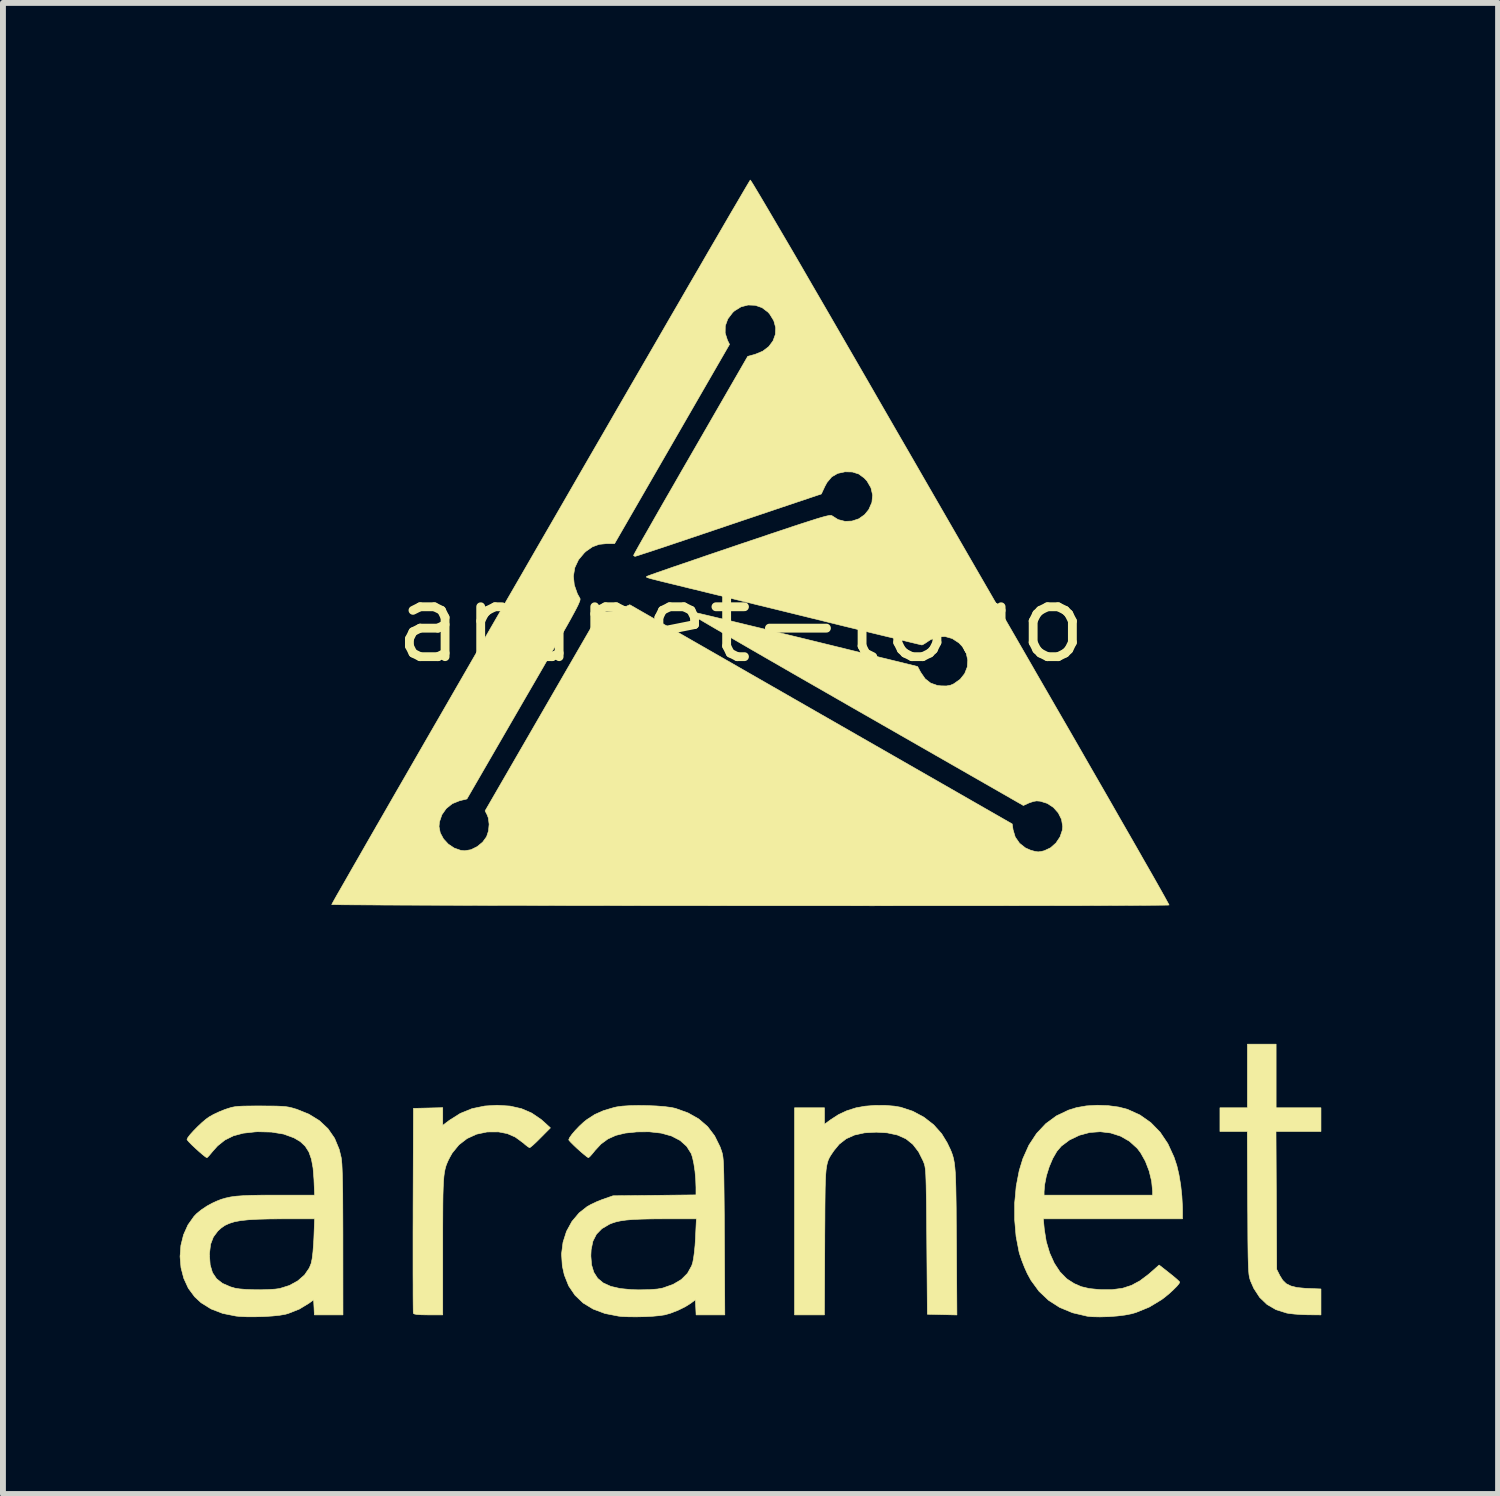
<source format=kicad_pcb>
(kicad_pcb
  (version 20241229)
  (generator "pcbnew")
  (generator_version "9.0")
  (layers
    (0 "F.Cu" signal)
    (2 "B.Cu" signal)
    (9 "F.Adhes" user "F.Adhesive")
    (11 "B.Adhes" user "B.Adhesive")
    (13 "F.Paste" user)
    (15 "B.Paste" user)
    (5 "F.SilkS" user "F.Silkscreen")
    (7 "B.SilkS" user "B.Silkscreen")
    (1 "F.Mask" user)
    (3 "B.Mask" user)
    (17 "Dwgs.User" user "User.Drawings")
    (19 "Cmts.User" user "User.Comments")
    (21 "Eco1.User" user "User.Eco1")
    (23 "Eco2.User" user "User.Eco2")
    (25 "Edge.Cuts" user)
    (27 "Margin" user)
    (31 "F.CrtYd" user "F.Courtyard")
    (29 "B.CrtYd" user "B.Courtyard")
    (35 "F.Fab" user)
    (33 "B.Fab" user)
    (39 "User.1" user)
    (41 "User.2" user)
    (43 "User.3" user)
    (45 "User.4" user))
  (footprint "aranet-logo"
    (layer "F.Cu")
    (at 9.521 7.512)
    (property "Reference" "aranet-logo" (at 0 0 0) (layer "F.SilkS") (effects (font (size 1.27 1.27) (thickness 0.15))))
    (attr through_hole)
    (fp_poly (pts (xy 9.081 8.234) (xy 9.842 8.234) (xy 9.842 8.636) (xy 9.079 8.636) (xy 9.085 9.805) (xy 9.091 10.975) (xy 9.144 11.081) (xy 9.193 11.16) (xy 9.253 11.219) (xy 9.332 11.258) (xy 9.436 11.284) (xy 9.573 11.297) (xy 9.614 11.299) (xy 9.842 11.308) (xy 9.842 11.748) (xy 9.615 11.746) (xy 9.504 11.742) (xy 9.393 11.734) (xy 9.298 11.723) (xy 9.258 11.716) (xy 9.078 11.659) (xy 8.927 11.571) (xy 8.802 11.451) (xy 8.702 11.297) (xy 8.651 11.181) (xy 8.641 11.154) (xy 8.633 11.127) (xy 8.626 11.096) (xy 8.62 11.057) (xy 8.616 11.008) (xy 8.612 10.944) (xy 8.609 10.861) (xy 8.606 10.757) (xy 8.604 10.628) (xy 8.602 10.469) (xy 8.601 10.279) (xy 8.6 10.052) (xy 8.598 9.848) (xy 8.592 8.636) (xy 8.128 8.636) (xy 8.128 8.234) (xy 8.594 8.234) (xy 8.594 7.154) (xy 9.081 7.154) (xy 9.081 8.234)) (stroke (width 0.01) (type solid)) (fill yes) (layer "F.Mask"))
    (fp_poly (pts (xy -3.917 8.205) (xy -3.723 8.249) (xy -3.549 8.324) (xy -3.39 8.432) (xy -3.336 8.48) (xy -3.232 8.575) (xy -3.399 8.743) (xy -3.467 8.811) (xy -3.525 8.865) (xy -3.567 8.9) (xy -3.584 8.911) (xy -3.609 8.898) (xy -3.654 8.864) (xy -3.697 8.827) (xy -3.828 8.731) (xy -3.963 8.672) (xy -4.113 8.643) (xy -4.307 8.644) (xy -4.486 8.682) (xy -4.647 8.756) (xy -4.785 8.863) (xy -4.899 9.003) (xy -4.941 9.078) (xy -4.966 9.127) (xy -4.986 9.173) (xy -5.004 9.219) (xy -5.018 9.27) (xy -5.03 9.328) (xy -5.039 9.398) (xy -5.046 9.484) (xy -5.051 9.589) (xy -5.055 9.717) (xy -5.057 9.871) (xy -5.058 10.056) (xy -5.059 10.275) (xy -5.059 10.532) (xy -5.059 10.588) (xy -5.059 11.748) (xy -5.303 11.748) (xy -5.419 11.746) (xy -5.498 11.741) (xy -5.542 11.732) (xy -5.557 11.721) (xy -5.559 11.696) (xy -5.56 11.632) (xy -5.561 11.532) (xy -5.562 11.4) (xy -5.562 11.238) (xy -5.563 11.049) (xy -5.563 10.838) (xy -5.563 10.606) (xy -5.563 10.358) (xy -5.562 10.097) (xy -5.562 9.97) (xy -5.556 8.244) (xy -5.308 8.238) (xy -5.059 8.232) (xy -5.059 8.532) (xy -4.947 8.447) (xy -4.762 8.33) (xy -4.563 8.249) (xy -4.346 8.204) (xy -4.138 8.191) (xy -3.917 8.205)) (stroke (width 0.01) (type solid)) (fill yes) (layer "F.Mask"))
    (fp_poly (pts (xy 2.603 8.206) (xy 2.709 8.224) (xy 2.915 8.292) (xy 3.104 8.393) (xy 3.269 8.521) (xy 3.406 8.674) (xy 3.5 8.828) (xy 3.529 8.889) (xy 3.555 8.943) (xy 3.576 8.994) (xy 3.594 9.046) (xy 3.609 9.103) (xy 3.621 9.168) (xy 3.63 9.244) (xy 3.638 9.337) (xy 3.643 9.449) (xy 3.647 9.583) (xy 3.65 9.745) (xy 3.653 9.936) (xy 3.654 10.162) (xy 3.656 10.426) (xy 3.657 10.494) (xy 3.665 11.749) (xy 3.415 11.743) (xy 3.164 11.737) (xy 3.154 10.499) (xy 3.152 10.239) (xy 3.15 10.018) (xy 3.148 9.832) (xy 3.145 9.678) (xy 3.143 9.552) (xy 3.14 9.451) (xy 3.137 9.372) (xy 3.133 9.31) (xy 3.128 9.262) (xy 3.122 9.225) (xy 3.115 9.196) (xy 3.106 9.17) (xy 3.096 9.145) (xy 3.095 9.141) (xy 3.015 8.981) (xy 2.918 8.855) (xy 2.799 8.76) (xy 2.655 8.696) (xy 2.483 8.659) (xy 2.297 8.648) (xy 2.097 8.659) (xy 1.928 8.696) (xy 1.787 8.759) (xy 1.668 8.852) (xy 1.58 8.959) (xy 1.549 9.004) (xy 1.523 9.043) (xy 1.501 9.08) (xy 1.483 9.119) (xy 1.468 9.164) (xy 1.456 9.218) (xy 1.446 9.285) (xy 1.439 9.368) (xy 1.434 9.471) (xy 1.43 9.596) (xy 1.428 9.749) (xy 1.426 9.932) (xy 1.425 10.149) (xy 1.423 10.404) (xy 1.423 10.504) (xy 1.417 11.748) (xy 0.91 11.748) (xy 0.91 8.234) (xy 1.418 8.234) (xy 1.418 8.513) (xy 1.519 8.439) (xy 1.656 8.35) (xy 1.795 8.285) (xy 1.955 8.234) (xy 1.963 8.233) (xy 2.105 8.207) (xy 2.27 8.194) (xy 2.442 8.193) (xy 2.603 8.206)) (stroke (width 0.01) (type solid)) (fill yes) (layer "F.Mask"))
    (fp_poly (pts (xy 6.234 8.198) (xy 6.413 8.222) (xy 6.561 8.261) (xy 6.772 8.357) (xy 6.955 8.486) (xy 7.113 8.648) (xy 7.244 8.843) (xy 7.348 9.07) (xy 7.397 9.217) (xy 7.432 9.367) (xy 7.462 9.545) (xy 7.482 9.733) (xy 7.492 9.916) (xy 7.493 9.972) (xy 7.493 10.118) (xy 5.131 10.118) (xy 5.148 10.298) (xy 5.181 10.504) (xy 5.239 10.698) (xy 5.317 10.871) (xy 5.413 11.017) (xy 5.523 11.13) (xy 5.544 11.146) (xy 5.657 11.218) (xy 5.775 11.269) (xy 5.908 11.301) (xy 6.069 11.317) (xy 6.104 11.319) (xy 6.302 11.319) (xy 6.472 11.297) (xy 6.625 11.248) (xy 6.769 11.171) (xy 6.915 11.061) (xy 6.95 11.031) (xy 7.096 10.902) (xy 7.267 11.036) (xy 7.339 11.094) (xy 7.398 11.144) (xy 7.436 11.18) (xy 7.445 11.192) (xy 7.434 11.217) (xy 7.397 11.262) (xy 7.34 11.319) (xy 7.271 11.383) (xy 7.196 11.445) (xy 7.138 11.489) (xy 6.927 11.616) (xy 6.701 11.708) (xy 6.628 11.729) (xy 6.518 11.75) (xy 6.383 11.767) (xy 6.236 11.778) (xy 6.091 11.782) (xy 5.962 11.779) (xy 5.874 11.77) (xy 5.628 11.712) (xy 5.41 11.622) (xy 5.221 11.501) (xy 5.058 11.347) (xy 4.922 11.161) (xy 4.86 11.048) (xy 4.812 10.941) (xy 4.767 10.826) (xy 4.731 10.72) (xy 4.72 10.682) (xy 4.669 10.416) (xy 4.645 10.134) (xy 4.645 9.848) (xy 4.658 9.716) (xy 5.144 9.716) (xy 6.985 9.716) (xy 6.985 9.647) (xy 6.969 9.48) (xy 6.927 9.307) (xy 6.863 9.141) (xy 6.781 8.995) (xy 6.725 8.922) (xy 6.593 8.802) (xy 6.441 8.715) (xy 6.273 8.661) (xy 6.097 8.64) (xy 5.918 8.653) (xy 5.743 8.7) (xy 5.576 8.78) (xy 5.437 8.884) (xy 5.361 8.973) (xy 5.291 9.094) (xy 5.231 9.236) (xy 5.183 9.389) (xy 5.153 9.542) (xy 5.144 9.657) (xy 5.144 9.716) (xy 4.658 9.716) (xy 4.671 9.566) (xy 4.722 9.301) (xy 4.784 9.098) (xy 4.887 8.868) (xy 5.017 8.67) (xy 5.173 8.504) (xy 5.354 8.371) (xy 5.558 8.274) (xy 5.695 8.231) (xy 5.861 8.202) (xy 6.046 8.191) (xy 6.234 8.198)) (stroke (width 0.01) (type solid)) (fill yes) (layer "F.Mask"))
    (fp_poly (pts (xy -1.587 8.197) (xy -1.436 8.203) (xy -1.296 8.214) (xy -1.18 8.229) (xy -1.111 8.244) (xy -0.897 8.321) (xy -0.716 8.423) (xy -0.566 8.552) (xy -0.446 8.71) (xy -0.353 8.898) (xy -0.326 8.975) (xy -0.318 9.001) (xy -0.311 9.032) (xy -0.305 9.071) (xy -0.3 9.12) (xy -0.296 9.183) (xy -0.293 9.264) (xy -0.29 9.366) (xy -0.288 9.492) (xy -0.286 9.646) (xy -0.284 9.831) (xy -0.282 10.05) (xy -0.281 10.306) (xy -0.28 10.419) (xy -0.273 11.748) (xy -0.76 11.748) (xy -0.766 11.62) (xy -0.773 11.492) (xy -0.847 11.548) (xy -0.945 11.61) (xy -1.067 11.67) (xy -1.196 11.72) (xy -1.291 11.747) (xy -1.378 11.76) (xy -1.494 11.771) (xy -1.629 11.778) (xy -1.77 11.781) (xy -1.904 11.78) (xy -2.02 11.775) (xy -2.076 11.769) (xy -2.307 11.724) (xy -2.507 11.649) (xy -2.677 11.546) (xy -2.815 11.414) (xy -2.922 11.256) (xy -2.996 11.07) (xy -3.03 10.917) (xy -3.041 10.746) (xy -2.546 10.746) (xy -2.534 10.899) (xy -2.496 11.025) (xy -2.431 11.127) (xy -2.336 11.206) (xy -2.208 11.264) (xy -2.048 11.301) (xy -1.851 11.32) (xy -1.735 11.323) (xy -1.555 11.32) (xy -1.415 11.309) (xy -1.327 11.293) (xy -1.151 11.231) (xy -1.011 11.148) (xy -0.906 11.043) (xy -0.835 10.915) (xy -0.818 10.863) (xy -0.804 10.793) (xy -0.79 10.691) (xy -0.778 10.57) (xy -0.77 10.44) (xy -0.77 10.43) (xy -0.755 10.118) (xy -1.293 10.118) (xy -1.507 10.119) (xy -1.684 10.123) (xy -1.829 10.129) (xy -1.948 10.139) (xy -2.045 10.153) (xy -2.125 10.171) (xy -2.194 10.194) (xy -2.232 10.21) (xy -2.359 10.285) (xy -2.451 10.379) (xy -2.511 10.497) (xy -2.541 10.641) (xy -2.546 10.746) (xy -3.041 10.746) (xy -3.043 10.713) (xy -3.018 10.516) (xy -2.959 10.331) (xy -2.867 10.163) (xy -2.745 10.018) (xy -2.607 9.909) (xy -2.538 9.871) (xy -2.446 9.828) (xy -2.351 9.79) (xy -2.339 9.786) (xy -2.17 9.727) (xy -1.466 9.72) (xy -0.762 9.712) (xy -0.762 9.582) (xy -0.767 9.447) (xy -0.779 9.31) (xy -0.798 9.183) (xy -0.821 9.077) (xy -0.842 9.012) (xy -0.92 8.888) (xy -1.032 8.788) (xy -1.176 8.713) (xy -1.351 8.664) (xy -1.556 8.641) (xy -1.767 8.643) (xy -1.961 8.663) (xy -2.122 8.702) (xy -2.257 8.763) (xy -2.373 8.848) (xy -2.478 8.961) (xy -2.482 8.967) (xy -2.529 9.024) (xy -2.566 9.065) (xy -2.586 9.08) (xy -2.586 9.081) (xy -2.611 9.067) (xy -2.656 9.031) (xy -2.715 8.981) (xy -2.779 8.924) (xy -2.839 8.867) (xy -2.888 8.818) (xy -2.917 8.785) (xy -2.921 8.776) (xy -2.906 8.74) (xy -2.866 8.684) (xy -2.809 8.617) (xy -2.741 8.546) (xy -2.669 8.479) (xy -2.614 8.435) (xy -2.48 8.348) (xy -2.331 8.282) (xy -2.155 8.23) (xy -2.106 8.219) (xy -2.011 8.206) (xy -1.886 8.198) (xy -1.741 8.195) (xy -1.587 8.197)) (stroke (width 0.01) (type solid)) (fill yes) (layer "F.Mask"))
    (fp_poly (pts (xy -8.149 8.203) (xy -8 8.204) (xy -7.885 8.205) (xy -7.797 8.209) (xy -7.728 8.214) (xy -7.67 8.223) (xy -7.615 8.236) (xy -7.555 8.254) (xy -7.542 8.257) (xy -7.331 8.342) (xy -7.152 8.452) (xy -7.006 8.589) (xy -6.894 8.751) (xy -6.816 8.939) (xy -6.782 9.079) (xy -6.776 9.126) (xy -6.77 9.19) (xy -6.766 9.275) (xy -6.762 9.383) (xy -6.759 9.517) (xy -6.756 9.681) (xy -6.755 9.877) (xy -6.754 10.108) (xy -6.753 10.377) (xy -6.753 10.493) (xy -6.752 11.748) (xy -7.237 11.748) (xy -7.243 11.62) (xy -7.25 11.492) (xy -7.324 11.547) (xy -7.493 11.65) (xy -7.681 11.724) (xy -7.731 11.738) (xy -7.824 11.754) (xy -7.947 11.767) (xy -8.089 11.776) (xy -8.238 11.78) (xy -8.381 11.78) (xy -8.506 11.774) (xy -8.566 11.768) (xy -8.792 11.723) (xy -8.99 11.647) (xy -9.16 11.541) (xy -9.268 11.441) (xy -9.376 11.295) (xy -9.453 11.127) (xy -9.5 10.946) (xy -9.516 10.758) (xy -9.514 10.737) (xy -9.017 10.737) (xy -9.005 10.9) (xy -8.966 11.031) (xy -8.897 11.134) (xy -8.797 11.213) (xy -8.661 11.272) (xy -8.583 11.295) (xy -8.506 11.307) (xy -8.398 11.316) (xy -8.272 11.321) (xy -8.14 11.322) (xy -8.013 11.318) (xy -7.904 11.311) (xy -7.827 11.301) (xy -7.661 11.249) (xy -7.519 11.171) (xy -7.404 11.071) (xy -7.323 10.952) (xy -7.292 10.876) (xy -7.275 10.796) (xy -7.261 10.68) (xy -7.25 10.535) (xy -7.245 10.44) (xy -7.233 10.118) (xy -7.77 10.118) (xy -8.001 10.12) (xy -8.195 10.125) (xy -8.355 10.134) (xy -8.487 10.148) (xy -8.594 10.168) (xy -8.682 10.196) (xy -8.756 10.23) (xy -8.819 10.274) (xy -8.875 10.325) (xy -8.951 10.427) (xy -8.998 10.55) (xy -9.016 10.699) (xy -9.017 10.737) (xy -9.514 10.737) (xy -9.502 10.57) (xy -9.457 10.389) (xy -9.382 10.222) (xy -9.278 10.075) (xy -9.229 10.025) (xy -9.153 9.964) (xy -9.059 9.901) (xy -8.968 9.852) (xy -8.89 9.816) (xy -8.816 9.787) (xy -8.74 9.765) (xy -8.657 9.747) (xy -8.562 9.734) (xy -8.449 9.726) (xy -8.311 9.72) (xy -8.144 9.717) (xy -7.943 9.716) (xy -7.876 9.716) (xy -7.233 9.716) (xy -7.244 9.446) (xy -7.259 9.257) (xy -7.287 9.105) (xy -7.33 8.983) (xy -7.393 8.885) (xy -7.476 8.807) (xy -7.583 8.744) (xy -7.583 8.744) (xy -7.758 8.68) (xy -7.964 8.646) (xy -8.201 8.64) (xy -8.246 8.643) (xy -8.445 8.665) (xy -8.612 8.71) (xy -8.755 8.781) (xy -8.879 8.88) (xy -8.964 8.975) (xy -9.009 9.029) (xy -9.044 9.068) (xy -9.06 9.081) (xy -9.085 9.067) (xy -9.131 9.031) (xy -9.19 8.98) (xy -9.254 8.922) (xy -9.315 8.865) (xy -9.364 8.815) (xy -9.393 8.781) (xy -9.398 8.772) (xy -9.383 8.739) (xy -9.343 8.687) (xy -9.285 8.623) (xy -9.216 8.553) (xy -9.144 8.485) (xy -9.075 8.427) (xy -9.024 8.39) (xy -8.948 8.347) (xy -8.852 8.302) (xy -8.755 8.263) (xy -8.749 8.261) (xy -8.691 8.242) (xy -8.641 8.227) (xy -8.59 8.217) (xy -8.531 8.21) (xy -8.456 8.206) (xy -8.359 8.204) (xy -8.23 8.203) (xy -8.149 8.203)) (stroke (width 0.01) (type solid)) (fill yes) (layer "F.Mask"))
    (fp_poly (pts (xy 0.172 -7.49) (xy 0.205 -7.438) (xy 0.256 -7.353) (xy 0.325 -7.238) (xy 0.411 -7.093) (xy 0.511 -6.923) (xy 0.626 -6.727) (xy 0.754 -6.509) (xy 0.894 -6.27) (xy 1.044 -6.012) (xy 1.203 -5.737) (xy 1.371 -5.448) (xy 1.546 -5.146) (xy 1.727 -4.833) (xy 1.777 -4.746) (xy 1.972 -4.409) (xy 2.186 -4.039) (xy 2.415 -3.641) (xy 2.658 -3.22) (xy 2.912 -2.781) (xy 3.174 -2.326) (xy 3.442 -1.862) (xy 3.713 -1.392) (xy 3.985 -0.921) (xy 4.255 -0.454) (xy 4.52 0.006) (xy 4.779 0.454) (xy 5.027 0.885) (xy 5.264 1.295) (xy 5.325 1.401) (xy 5.527 1.75) (xy 5.723 2.09) (xy 5.911 2.418) (xy 6.092 2.732) (xy 6.264 3.031) (xy 6.425 3.313) (xy 6.576 3.576) (xy 6.715 3.818) (xy 6.84 4.038) (xy 6.952 4.233) (xy 7.048 4.402) (xy 7.128 4.544) (xy 7.19 4.655) (xy 7.234 4.735) (xy 7.259 4.781) (xy 7.265 4.793) (xy 7.243 4.795) (xy 7.18 4.796) (xy 7.079 4.797) (xy 6.941 4.798) (xy 6.769 4.799) (xy 6.563 4.8) (xy 6.327 4.801) (xy 6.062 4.802) (xy 5.769 4.803) (xy 5.452 4.803) (xy 5.11 4.804) (xy 4.748 4.804) (xy 4.365 4.805) (xy 3.965 4.805) (xy 3.549 4.805) (xy 3.12 4.805) (xy 2.678 4.805) (xy 2.225 4.806) (xy 1.765 4.805) (xy 1.298 4.805) (xy 0.827 4.805) (xy 0.353 4.805) (xy -0.122 4.805) (xy -0.596 4.804) (xy -1.067 4.804) (xy -1.532 4.804) (xy -1.991 4.803) (xy -2.442 4.802) (xy -2.881 4.802) (xy -3.309 4.801) (xy -3.722 4.8) (xy -4.119 4.8) (xy -4.497 4.799) (xy -4.856 4.798) (xy -5.193 4.797) (xy -5.506 4.796) (xy -5.793 4.795) (xy -6.053 4.794) (xy -6.283 4.792) (xy -6.482 4.791) (xy -6.648 4.79) (xy -6.779 4.789) (xy -6.873 4.787) (xy -6.928 4.786) (xy -6.943 4.785) (xy -6.932 4.765) (xy -6.902 4.71) (xy -6.852 4.621) (xy -6.783 4.501) (xy -6.697 4.351) (xy -6.595 4.172) (xy -6.477 3.967) (xy -6.345 3.736) (xy -6.199 3.482) (xy -6.188 3.463) (xy -5.122 3.463) (xy -5.101 3.57) (xy -5.046 3.672) (xy -4.965 3.76) (xy -4.865 3.827) (xy -4.754 3.866) (xy -4.686 3.873) (xy -4.58 3.855) (xy -4.475 3.803) (xy -4.382 3.727) (xy -4.315 3.635) (xy -4.315 3.635) (xy -4.282 3.535) (xy -4.272 3.423) (xy -4.285 3.317) (xy -4.306 3.262) (xy -4.34 3.196) (xy -3.364 1.508) (xy -2.388 -0.18) (xy -2.268 -0.182) (xy -2.14 -0.199) (xy -2.017 -0.243) (xy -1.885 -0.301) (xy 1.359 1.559) (xy 4.603 3.418) (xy 4.618 3.518) (xy 4.655 3.641) (xy 4.728 3.746) (xy 4.828 3.825) (xy 4.914 3.863) (xy 4.989 3.884) (xy 5.044 3.892) (xy 5.097 3.885) (xy 5.149 3.872) (xy 5.255 3.822) (xy 5.346 3.741) (xy 5.415 3.638) (xy 5.454 3.523) (xy 5.46 3.461) (xy 5.44 3.34) (xy 5.385 3.23) (xy 5.302 3.137) (xy 5.198 3.069) (xy 5.079 3.032) (xy 5.016 3.027) (xy 4.964 3.036) (xy 4.897 3.058) (xy 4.878 3.066) (xy 4.793 3.105) (xy 1.908 1.453) (xy 1.586 1.268) (xy 1.274 1.089) (xy 0.974 0.917) (xy 0.689 0.753) (xy 0.42 0.598) (xy 0.169 0.453) (xy -0.062 0.319) (xy -0.271 0.198) (xy -0.455 0.091) (xy -0.614 -0.002) (xy -0.745 -0.079) (xy -0.847 -0.139) (xy -0.916 -0.18) (xy -0.952 -0.203) (xy -0.956 -0.207) (xy -0.937 -0.204) (xy -0.888 -0.194) (xy -0.806 -0.176) (xy -0.693 -0.15) (xy -0.546 -0.115) (xy -0.365 -0.072) (xy -0.15 -0.021) (xy 0.101 0.04) (xy 0.388 0.109) (xy 0.712 0.188) (xy 1.074 0.276) (xy 1.475 0.374) (xy 1.914 0.482) (xy 2.394 0.599) (xy 2.51 0.627) (xy 2.998 0.747) (xy 3.049 0.843) (xy 3.126 0.955) (xy 3.219 1.028) (xy 3.332 1.068) (xy 3.394 1.075) (xy 3.486 1.077) (xy 3.555 1.065) (xy 3.611 1.041) (xy 3.72 0.964) (xy 3.797 0.867) (xy 3.841 0.755) (xy 3.849 0.637) (xy 3.823 0.52) (xy 3.76 0.41) (xy 3.699 0.346) (xy 3.586 0.272) (xy 3.465 0.238) (xy 3.341 0.244) (xy 3.22 0.291) (xy 3.182 0.315) (xy 3.127 0.352) (xy 3.086 0.376) (xy 3.071 0.381) (xy 3.049 0.376) (xy 2.988 0.362) (xy 2.892 0.339) (xy 2.765 0.308) (xy 2.609 0.27) (xy 2.427 0.226) (xy 2.223 0.177) (xy 2 0.122) (xy 1.761 0.064) (xy 1.509 0.002) (xy 1.416 -0.021) (xy 1.14 -0.089) (xy 0.86 -0.158) (xy 0.583 -0.226) (xy 0.312 -0.292) (xy 0.054 -0.355) (xy -0.188 -0.415) (xy -0.409 -0.469) (xy -0.602 -0.516) (xy -0.764 -0.556) (xy -0.878 -0.583) (xy -1.072 -0.631) (xy -1.229 -0.669) (xy -1.352 -0.699) (xy -1.446 -0.723) (xy -1.514 -0.74) (xy -1.559 -0.753) (xy -1.587 -0.762) (xy -1.601 -0.769) (xy -1.604 -0.773) (xy -1.601 -0.778) (xy -1.595 -0.783) (xy -1.572 -0.792) (xy -1.513 -0.814) (xy -1.42 -0.847) (xy -1.295 -0.89) (xy -1.144 -0.943) (xy -0.967 -1.003) (xy -0.769 -1.071) (xy -0.553 -1.145) (xy -0.322 -1.223) (xy -0.078 -1.306) (xy -0.034 -1.321) (xy 0.255 -1.418) (xy 0.506 -1.503) (xy 0.723 -1.575) (xy 0.907 -1.637) (xy 1.061 -1.687) (xy 1.189 -1.728) (xy 1.292 -1.761) (xy 1.373 -1.785) (xy 1.435 -1.802) (xy 1.48 -1.812) (xy 1.512 -1.817) (xy 1.531 -1.817) (xy 1.542 -1.813) (xy 1.543 -1.813) (xy 1.649 -1.746) (xy 1.766 -1.716) (xy 1.885 -1.721) (xy 2 -1.759) (xy 2.1 -1.83) (xy 2.169 -1.915) (xy 2.223 -2.038) (xy 2.235 -2.162) (xy 2.207 -2.285) (xy 2.14 -2.4) (xy 2.093 -2.451) (xy 1.999 -2.52) (xy 1.891 -2.554) (xy 1.766 -2.557) (xy 1.642 -2.53) (xy 1.541 -2.471) (xy 1.461 -2.376) (xy 1.424 -2.308) (xy 1.365 -2.181) (xy 0.677 -1.95) (xy 0.497 -1.889) (xy 0.286 -1.818) (xy 0.054 -1.74) (xy -0.189 -1.658) (xy -0.434 -1.575) (xy -0.671 -1.495) (xy -0.891 -1.421) (xy -0.893 -1.42) (xy -1.078 -1.358) (xy -1.25 -1.3) (xy -1.407 -1.248) (xy -1.542 -1.203) (xy -1.654 -1.167) (xy -1.736 -1.14) (xy -1.785 -1.125) (xy -1.798 -1.122) (xy -1.819 -1.135) (xy -1.82 -1.14) (xy -1.81 -1.161) (xy -1.78 -1.216) (xy -1.732 -1.302) (xy -1.667 -1.417) (xy -1.586 -1.558) (xy -1.492 -1.723) (xy -1.386 -1.909) (xy -1.269 -2.113) (xy -1.142 -2.333) (xy -1.008 -2.567) (xy -0.867 -2.811) (xy -0.852 -2.837) (xy 0.116 -4.516) (xy 0.239 -4.549) (xy 0.37 -4.603) (xy 0.473 -4.681) (xy 0.545 -4.778) (xy 0.585 -4.888) (xy 0.59 -5.004) (xy 0.558 -5.121) (xy 0.489 -5.233) (xy 0.461 -5.265) (xy 0.359 -5.342) (xy 0.244 -5.382) (xy 0.122 -5.387) (xy 0.002 -5.356) (xy -0.108 -5.288) (xy -0.139 -5.26) (xy -0.222 -5.151) (xy -0.265 -5.033) (xy -0.267 -4.911) (xy -0.227 -4.786) (xy -0.225 -4.783) (xy -0.193 -4.719) (xy -1.168 -3.029) (xy -2.143 -1.339) (xy -2.273 -1.339) (xy -2.405 -1.326) (xy -2.519 -1.284) (xy -2.628 -1.208) (xy -2.655 -1.184) (xy -2.755 -1.065) (xy -2.818 -0.931) (xy -2.842 -0.787) (xy -2.827 -0.637) (xy -2.774 -0.486) (xy -2.732 -0.411) (xy -2.728 -0.401) (xy -2.729 -0.386) (xy -2.734 -0.364) (xy -2.747 -0.333) (xy -2.766 -0.289) (xy -2.795 -0.232) (xy -2.834 -0.159) (xy -2.884 -0.067) (xy -2.947 0.046) (xy -3.024 0.181) (xy -3.116 0.342) (xy -3.224 0.53) (xy -3.349 0.748) (xy -3.493 0.997) (xy -3.658 1.281) (xy -3.677 1.314) (xy -4.649 2.994) (xy -4.773 3.024) (xy -4.897 3.074) (xy -4.999 3.156) (xy -5.073 3.261) (xy -5.115 3.384) (xy -5.122 3.463) (xy -6.188 3.463) (xy -6.04 3.206) (xy -5.87 2.91) (xy -5.688 2.595) (xy -5.497 2.263) (xy -5.297 1.916) (xy -5.089 1.556) (xy -4.874 1.183) (xy -4.653 0.8) (xy -4.427 0.408) (xy -4.197 0.009) (xy -3.963 -0.396) (xy -3.727 -0.804) (xy -3.49 -1.215) (xy -3.252 -1.626) (xy -3.015 -2.036) (xy -2.78 -2.444) (xy -2.547 -2.847) (xy -2.317 -3.244) (xy -2.092 -3.634) (xy -1.872 -4.014) (xy -1.658 -4.383) (xy -1.451 -4.74) (xy -1.253 -5.083) (xy -1.063 -5.41) (xy -0.884 -5.72) (xy -0.715 -6.01) (xy -0.559 -6.28) (xy -0.415 -6.527) (xy -0.285 -6.751) (xy -0.17 -6.949) (xy -0.07 -7.119) (xy 0.013 -7.261) (xy 0.078 -7.372) (xy 0.125 -7.451) (xy 0.152 -7.496) (xy 0.159 -7.507) (xy 0.172 -7.49)) (stroke (width 0.01) (type solid)) (fill yes) (layer "F.Mask"))
    (fp_poly (pts (xy 9.081 8.234) (xy 9.842 8.234) (xy 9.842 8.636) (xy 9.079 8.636) (xy 9.085 9.805) (xy 9.091 10.975) (xy 9.144 11.081) (xy 9.193 11.16) (xy 9.253 11.219) (xy 9.332 11.258) (xy 9.436 11.284) (xy 9.573 11.297) (xy 9.614 11.299) (xy 9.842 11.308) (xy 9.842 11.748) (xy 9.615 11.746) (xy 9.504 11.742) (xy 9.393 11.734) (xy 9.298 11.723) (xy 9.258 11.716) (xy 9.078 11.659) (xy 8.927 11.571) (xy 8.802 11.451) (xy 8.702 11.297) (xy 8.651 11.181) (xy 8.641 11.154) (xy 8.633 11.127) (xy 8.626 11.096) (xy 8.62 11.057) (xy 8.616 11.008) (xy 8.612 10.944) (xy 8.609 10.861) (xy 8.606 10.757) (xy 8.604 10.628) (xy 8.602 10.469) (xy 8.601 10.279) (xy 8.6 10.052) (xy 8.598 9.848) (xy 8.592 8.636) (xy 8.128 8.636) (xy 8.128 8.234) (xy 8.594 8.234) (xy 8.594 7.154) (xy 9.081 7.154) (xy 9.081 8.234)) (stroke (width 0.01) (type solid)) (fill yes) (layer "F.SilkS"))
    (fp_poly (pts (xy -3.917 8.205) (xy -3.723 8.249) (xy -3.549 8.324) (xy -3.39 8.432) (xy -3.336 8.48) (xy -3.232 8.575) (xy -3.399 8.743) (xy -3.467 8.811) (xy -3.525 8.865) (xy -3.567 8.9) (xy -3.584 8.911) (xy -3.609 8.898) (xy -3.654 8.864) (xy -3.697 8.827) (xy -3.828 8.731) (xy -3.963 8.672) (xy -4.113 8.643) (xy -4.307 8.644) (xy -4.486 8.682) (xy -4.647 8.756) (xy -4.785 8.863) (xy -4.899 9.003) (xy -4.941 9.078) (xy -4.966 9.127) (xy -4.986 9.173) (xy -5.004 9.219) (xy -5.018 9.27) (xy -5.03 9.328) (xy -5.039 9.398) (xy -5.046 9.484) (xy -5.051 9.589) (xy -5.055 9.717) (xy -5.057 9.871) (xy -5.058 10.056) (xy -5.059 10.275) (xy -5.059 10.532) (xy -5.059 10.588) (xy -5.059 11.748) (xy -5.303 11.748) (xy -5.419 11.746) (xy -5.498 11.741) (xy -5.542 11.732) (xy -5.557 11.721) (xy -5.559 11.696) (xy -5.56 11.632) (xy -5.561 11.532) (xy -5.562 11.4) (xy -5.562 11.238) (xy -5.563 11.049) (xy -5.563 10.838) (xy -5.563 10.606) (xy -5.563 10.358) (xy -5.562 10.097) (xy -5.562 9.97) (xy -5.556 8.244) (xy -5.308 8.238) (xy -5.059 8.232) (xy -5.059 8.532) (xy -4.947 8.447) (xy -4.762 8.33) (xy -4.563 8.249) (xy -4.346 8.204) (xy -4.138 8.191) (xy -3.917 8.205)) (stroke (width 0.01) (type solid)) (fill yes) (layer "F.SilkS"))
    (fp_poly (pts (xy 2.603 8.206) (xy 2.709 8.224) (xy 2.915 8.292) (xy 3.104 8.393) (xy 3.269 8.521) (xy 3.406 8.674) (xy 3.5 8.828) (xy 3.529 8.889) (xy 3.555 8.943) (xy 3.576 8.994) (xy 3.594 9.046) (xy 3.609 9.103) (xy 3.621 9.168) (xy 3.63 9.244) (xy 3.638 9.337) (xy 3.643 9.449) (xy 3.647 9.583) (xy 3.65 9.745) (xy 3.653 9.936) (xy 3.654 10.162) (xy 3.656 10.426) (xy 3.657 10.494) (xy 3.665 11.749) (xy 3.415 11.743) (xy 3.164 11.737) (xy 3.154 10.499) (xy 3.152 10.239) (xy 3.15 10.018) (xy 3.148 9.832) (xy 3.145 9.678) (xy 3.143 9.552) (xy 3.14 9.451) (xy 3.137 9.372) (xy 3.133 9.31) (xy 3.128 9.262) (xy 3.122 9.225) (xy 3.115 9.196) (xy 3.106 9.17) (xy 3.096 9.145) (xy 3.095 9.141) (xy 3.015 8.981) (xy 2.918 8.855) (xy 2.799 8.76) (xy 2.655 8.696) (xy 2.483 8.659) (xy 2.297 8.648) (xy 2.097 8.659) (xy 1.928 8.696) (xy 1.787 8.759) (xy 1.668 8.852) (xy 1.58 8.959) (xy 1.549 9.004) (xy 1.523 9.043) (xy 1.501 9.08) (xy 1.483 9.119) (xy 1.468 9.164) (xy 1.456 9.218) (xy 1.446 9.285) (xy 1.439 9.368) (xy 1.434 9.471) (xy 1.43 9.596) (xy 1.428 9.749) (xy 1.426 9.932) (xy 1.425 10.149) (xy 1.423 10.404) (xy 1.423 10.504) (xy 1.417 11.748) (xy 0.91 11.748) (xy 0.91 8.234) (xy 1.418 8.234) (xy 1.418 8.513) (xy 1.519 8.439) (xy 1.656 8.35) (xy 1.795 8.285) (xy 1.955 8.234) (xy 1.963 8.233) (xy 2.105 8.207) (xy 2.27 8.194) (xy 2.442 8.193) (xy 2.603 8.206)) (stroke (width 0.01) (type solid)) (fill yes) (layer "F.SilkS"))
    (fp_poly (pts (xy 6.234 8.198) (xy 6.413 8.222) (xy 6.561 8.261) (xy 6.772 8.357) (xy 6.955 8.486) (xy 7.113 8.648) (xy 7.244 8.843) (xy 7.348 9.07) (xy 7.397 9.217) (xy 7.432 9.367) (xy 7.462 9.545) (xy 7.482 9.733) (xy 7.492 9.916) (xy 7.493 9.972) (xy 7.493 10.118) (xy 5.131 10.118) (xy 5.148 10.298) (xy 5.181 10.504) (xy 5.239 10.698) (xy 5.317 10.871) (xy 5.413 11.017) (xy 5.523 11.13) (xy 5.544 11.146) (xy 5.657 11.218) (xy 5.775 11.269) (xy 5.908 11.301) (xy 6.069 11.317) (xy 6.104 11.319) (xy 6.302 11.319) (xy 6.472 11.297) (xy 6.625 11.248) (xy 6.769 11.171) (xy 6.915 11.061) (xy 6.95 11.031) (xy 7.096 10.902) (xy 7.267 11.036) (xy 7.339 11.094) (xy 7.398 11.144) (xy 7.436 11.18) (xy 7.445 11.192) (xy 7.434 11.217) (xy 7.397 11.262) (xy 7.34 11.319) (xy 7.271 11.383) (xy 7.196 11.445) (xy 7.138 11.489) (xy 6.927 11.616) (xy 6.701 11.708) (xy 6.628 11.729) (xy 6.518 11.75) (xy 6.383 11.767) (xy 6.236 11.778) (xy 6.091 11.782) (xy 5.962 11.779) (xy 5.874 11.77) (xy 5.628 11.712) (xy 5.41 11.622) (xy 5.221 11.501) (xy 5.058 11.347) (xy 4.922 11.161) (xy 4.86 11.048) (xy 4.812 10.941) (xy 4.767 10.826) (xy 4.731 10.72) (xy 4.72 10.682) (xy 4.669 10.416) (xy 4.645 10.134) (xy 4.645 9.848) (xy 4.658 9.716) (xy 5.144 9.716) (xy 6.985 9.716) (xy 6.985 9.647) (xy 6.969 9.48) (xy 6.927 9.307) (xy 6.863 9.141) (xy 6.781 8.995) (xy 6.725 8.922) (xy 6.593 8.802) (xy 6.441 8.715) (xy 6.273 8.661) (xy 6.097 8.64) (xy 5.918 8.653) (xy 5.743 8.7) (xy 5.576 8.78) (xy 5.437 8.884) (xy 5.361 8.973) (xy 5.291 9.094) (xy 5.231 9.236) (xy 5.183 9.389) (xy 5.153 9.542) (xy 5.144 9.657) (xy 5.144 9.716) (xy 4.658 9.716) (xy 4.671 9.566) (xy 4.722 9.301) (xy 4.784 9.098) (xy 4.887 8.868) (xy 5.017 8.67) (xy 5.173 8.504) (xy 5.354 8.371) (xy 5.558 8.274) (xy 5.695 8.231) (xy 5.861 8.202) (xy 6.046 8.191) (xy 6.234 8.198)) (stroke (width 0.01) (type solid)) (fill yes) (layer "F.SilkS"))
    (fp_poly (pts (xy -1.587 8.197) (xy -1.436 8.203) (xy -1.296 8.214) (xy -1.18 8.229) (xy -1.111 8.244) (xy -0.897 8.321) (xy -0.716 8.423) (xy -0.566 8.552) (xy -0.446 8.71) (xy -0.353 8.898) (xy -0.326 8.975) (xy -0.318 9.001) (xy -0.311 9.032) (xy -0.305 9.071) (xy -0.3 9.12) (xy -0.296 9.183) (xy -0.293 9.264) (xy -0.29 9.366) (xy -0.288 9.492) (xy -0.286 9.646) (xy -0.284 9.831) (xy -0.282 10.05) (xy -0.281 10.306) (xy -0.28 10.419) (xy -0.273 11.748) (xy -0.76 11.748) (xy -0.766 11.62) (xy -0.773 11.492) (xy -0.847 11.548) (xy -0.945 11.61) (xy -1.067 11.67) (xy -1.196 11.72) (xy -1.291 11.747) (xy -1.378 11.76) (xy -1.494 11.771) (xy -1.629 11.778) (xy -1.77 11.781) (xy -1.904 11.78) (xy -2.02 11.775) (xy -2.076 11.769) (xy -2.307 11.724) (xy -2.507 11.649) (xy -2.677 11.546) (xy -2.815 11.414) (xy -2.922 11.256) (xy -2.996 11.07) (xy -3.03 10.917) (xy -3.041 10.746) (xy -2.546 10.746) (xy -2.534 10.899) (xy -2.496 11.025) (xy -2.431 11.127) (xy -2.336 11.206) (xy -2.208 11.264) (xy -2.048 11.301) (xy -1.851 11.32) (xy -1.735 11.323) (xy -1.555 11.32) (xy -1.415 11.309) (xy -1.327 11.293) (xy -1.151 11.231) (xy -1.011 11.148) (xy -0.906 11.043) (xy -0.835 10.915) (xy -0.818 10.863) (xy -0.804 10.793) (xy -0.79 10.691) (xy -0.778 10.57) (xy -0.77 10.44) (xy -0.77 10.43) (xy -0.755 10.118) (xy -1.293 10.118) (xy -1.507 10.119) (xy -1.684 10.123) (xy -1.829 10.129) (xy -1.948 10.139) (xy -2.045 10.153) (xy -2.125 10.171) (xy -2.194 10.194) (xy -2.232 10.21) (xy -2.359 10.285) (xy -2.451 10.379) (xy -2.511 10.497) (xy -2.541 10.641) (xy -2.546 10.746) (xy -3.041 10.746) (xy -3.043 10.713) (xy -3.018 10.516) (xy -2.959 10.331) (xy -2.867 10.163) (xy -2.745 10.018) (xy -2.607 9.909) (xy -2.538 9.871) (xy -2.446 9.828) (xy -2.351 9.79) (xy -2.339 9.786) (xy -2.17 9.727) (xy -1.466 9.72) (xy -0.762 9.712) (xy -0.762 9.582) (xy -0.767 9.447) (xy -0.779 9.31) (xy -0.798 9.183) (xy -0.821 9.077) (xy -0.842 9.012) (xy -0.92 8.888) (xy -1.032 8.788) (xy -1.176 8.713) (xy -1.351 8.664) (xy -1.556 8.641) (xy -1.767 8.643) (xy -1.961 8.663) (xy -2.122 8.702) (xy -2.257 8.763) (xy -2.373 8.848) (xy -2.478 8.961) (xy -2.482 8.967) (xy -2.529 9.024) (xy -2.566 9.065) (xy -2.586 9.08) (xy -2.586 9.081) (xy -2.611 9.067) (xy -2.656 9.031) (xy -2.715 8.981) (xy -2.779 8.924) (xy -2.839 8.867) (xy -2.888 8.818) (xy -2.917 8.785) (xy -2.921 8.776) (xy -2.906 8.74) (xy -2.866 8.684) (xy -2.809 8.617) (xy -2.741 8.546) (xy -2.669 8.479) (xy -2.614 8.435) (xy -2.48 8.348) (xy -2.331 8.282) (xy -2.155 8.23) (xy -2.106 8.219) (xy -2.011 8.206) (xy -1.886 8.198) (xy -1.741 8.195) (xy -1.587 8.197)) (stroke (width 0.01) (type solid)) (fill yes) (layer "F.SilkS"))
    (fp_poly (pts (xy -8.149 8.203) (xy -8 8.204) (xy -7.885 8.205) (xy -7.797 8.209) (xy -7.728 8.214) (xy -7.67 8.223) (xy -7.615 8.236) (xy -7.555 8.254) (xy -7.542 8.257) (xy -7.331 8.342) (xy -7.152 8.452) (xy -7.006 8.589) (xy -6.894 8.751) (xy -6.816 8.939) (xy -6.782 9.079) (xy -6.776 9.126) (xy -6.77 9.19) (xy -6.766 9.275) (xy -6.762 9.383) (xy -6.759 9.517) (xy -6.756 9.681) (xy -6.755 9.877) (xy -6.754 10.108) (xy -6.753 10.377) (xy -6.753 10.493) (xy -6.752 11.748) (xy -7.237 11.748) (xy -7.243 11.62) (xy -7.25 11.492) (xy -7.324 11.547) (xy -7.493 11.65) (xy -7.681 11.724) (xy -7.731 11.738) (xy -7.824 11.754) (xy -7.947 11.767) (xy -8.089 11.776) (xy -8.238 11.78) (xy -8.381 11.78) (xy -8.506 11.774) (xy -8.566 11.768) (xy -8.792 11.723) (xy -8.99 11.647) (xy -9.16 11.541) (xy -9.268 11.441) (xy -9.376 11.295) (xy -9.453 11.127) (xy -9.5 10.946) (xy -9.516 10.758) (xy -9.514 10.737) (xy -9.017 10.737) (xy -9.005 10.9) (xy -8.966 11.031) (xy -8.897 11.134) (xy -8.797 11.213) (xy -8.661 11.272) (xy -8.583 11.295) (xy -8.506 11.307) (xy -8.398 11.316) (xy -8.272 11.321) (xy -8.14 11.322) (xy -8.013 11.318) (xy -7.904 11.311) (xy -7.827 11.301) (xy -7.661 11.249) (xy -7.519 11.171) (xy -7.404 11.071) (xy -7.323 10.952) (xy -7.292 10.876) (xy -7.275 10.796) (xy -7.261 10.68) (xy -7.25 10.535) (xy -7.245 10.44) (xy -7.233 10.118) (xy -7.77 10.118) (xy -8.001 10.12) (xy -8.195 10.125) (xy -8.355 10.134) (xy -8.487 10.148) (xy -8.594 10.168) (xy -8.682 10.196) (xy -8.756 10.23) (xy -8.819 10.274) (xy -8.875 10.325) (xy -8.951 10.427) (xy -8.998 10.55) (xy -9.016 10.699) (xy -9.017 10.737) (xy -9.514 10.737) (xy -9.502 10.57) (xy -9.457 10.389) (xy -9.382 10.222) (xy -9.278 10.075) (xy -9.229 10.025) (xy -9.153 9.964) (xy -9.059 9.901) (xy -8.968 9.852) (xy -8.89 9.816) (xy -8.816 9.787) (xy -8.74 9.765) (xy -8.657 9.747) (xy -8.562 9.734) (xy -8.449 9.726) (xy -8.311 9.72) (xy -8.144 9.717) (xy -7.943 9.716) (xy -7.876 9.716) (xy -7.233 9.716) (xy -7.244 9.446) (xy -7.259 9.257) (xy -7.287 9.105) (xy -7.33 8.983) (xy -7.393 8.885) (xy -7.476 8.807) (xy -7.583 8.744) (xy -7.583 8.744) (xy -7.758 8.68) (xy -7.964 8.646) (xy -8.201 8.64) (xy -8.246 8.643) (xy -8.445 8.665) (xy -8.612 8.71) (xy -8.755 8.781) (xy -8.879 8.88) (xy -8.964 8.975) (xy -9.009 9.029) (xy -9.044 9.068) (xy -9.06 9.081) (xy -9.085 9.067) (xy -9.131 9.031) (xy -9.19 8.98) (xy -9.254 8.922) (xy -9.315 8.865) (xy -9.364 8.815) (xy -9.393 8.781) (xy -9.398 8.772) (xy -9.383 8.739) (xy -9.343 8.687) (xy -9.285 8.623) (xy -9.216 8.553) (xy -9.144 8.485) (xy -9.075 8.427) (xy -9.024 8.39) (xy -8.948 8.347) (xy -8.852 8.302) (xy -8.755 8.263) (xy -8.749 8.261) (xy -8.691 8.242) (xy -8.641 8.227) (xy -8.59 8.217) (xy -8.531 8.21) (xy -8.456 8.206) (xy -8.359 8.204) (xy -8.23 8.203) (xy -8.149 8.203)) (stroke (width 0.01) (type solid)) (fill yes) (layer "F.SilkS"))
    (fp_poly (pts (xy 0.172 -7.49) (xy 0.205 -7.438) (xy 0.256 -7.353) (xy 0.325 -7.238) (xy 0.411 -7.093) (xy 0.511 -6.923) (xy 0.626 -6.727) (xy 0.754 -6.509) (xy 0.894 -6.27) (xy 1.044 -6.012) (xy 1.203 -5.737) (xy 1.371 -5.448) (xy 1.546 -5.146) (xy 1.727 -4.833) (xy 1.777 -4.746) (xy 1.972 -4.409) (xy 2.186 -4.039) (xy 2.415 -3.641) (xy 2.658 -3.22) (xy 2.912 -2.781) (xy 3.174 -2.326) (xy 3.442 -1.862) (xy 3.713 -1.392) (xy 3.985 -0.921) (xy 4.255 -0.454) (xy 4.52 0.006) (xy 4.779 0.454) (xy 5.027 0.885) (xy 5.264 1.295) (xy 5.325 1.401) (xy 5.527 1.75) (xy 5.723 2.09) (xy 5.911 2.418) (xy 6.092 2.732) (xy 6.264 3.031) (xy 6.425 3.313) (xy 6.576 3.576) (xy 6.715 3.818) (xy 6.84 4.038) (xy 6.952 4.233) (xy 7.048 4.402) (xy 7.128 4.544) (xy 7.19 4.655) (xy 7.234 4.735) (xy 7.259 4.781) (xy 7.265 4.793) (xy 7.243 4.795) (xy 7.18 4.796) (xy 7.079 4.797) (xy 6.941 4.798) (xy 6.769 4.799) (xy 6.563 4.8) (xy 6.327 4.801) (xy 6.062 4.802) (xy 5.769 4.803) (xy 5.452 4.803) (xy 5.11 4.804) (xy 4.748 4.804) (xy 4.365 4.805) (xy 3.965 4.805) (xy 3.549 4.805) (xy 3.12 4.805) (xy 2.678 4.805) (xy 2.225 4.806) (xy 1.765 4.805) (xy 1.298 4.805) (xy 0.827 4.805) (xy 0.353 4.805) (xy -0.122 4.805) (xy -0.596 4.804) (xy -1.067 4.804) (xy -1.532 4.804) (xy -1.991 4.803) (xy -2.442 4.802) (xy -2.881 4.802) (xy -3.309 4.801) (xy -3.722 4.8) (xy -4.119 4.8) (xy -4.497 4.799) (xy -4.856 4.798) (xy -5.193 4.797) (xy -5.506 4.796) (xy -5.793 4.795) (xy -6.053 4.794) (xy -6.283 4.792) (xy -6.482 4.791) (xy -6.648 4.79) (xy -6.779 4.789) (xy -6.873 4.787) (xy -6.928 4.786) (xy -6.943 4.785) (xy -6.932 4.765) (xy -6.902 4.71) (xy -6.852 4.621) (xy -6.783 4.501) (xy -6.697 4.351) (xy -6.595 4.172) (xy -6.477 3.967) (xy -6.345 3.736) (xy -6.199 3.482) (xy -6.188 3.463) (xy -5.122 3.463) (xy -5.101 3.57) (xy -5.046 3.672) (xy -4.965 3.76) (xy -4.865 3.827) (xy -4.754 3.866) (xy -4.686 3.873) (xy -4.58 3.855) (xy -4.475 3.803) (xy -4.382 3.727) (xy -4.315 3.635) (xy -4.315 3.635) (xy -4.282 3.535) (xy -4.272 3.423) (xy -4.285 3.317) (xy -4.306 3.262) (xy -4.34 3.196) (xy -3.364 1.508) (xy -2.388 -0.18) (xy -2.268 -0.182) (xy -2.14 -0.199) (xy -2.017 -0.243) (xy -1.885 -0.301) (xy 1.359 1.559) (xy 4.603 3.418) (xy 4.618 3.518) (xy 4.655 3.641) (xy 4.728 3.746) (xy 4.828 3.825) (xy 4.914 3.863) (xy 4.989 3.884) (xy 5.044 3.892) (xy 5.097 3.885) (xy 5.149 3.872) (xy 5.255 3.822) (xy 5.346 3.741) (xy 5.415 3.638) (xy 5.454 3.523) (xy 5.46 3.461) (xy 5.44 3.34) (xy 5.385 3.23) (xy 5.302 3.137) (xy 5.198 3.069) (xy 5.079 3.032) (xy 5.016 3.027) (xy 4.964 3.036) (xy 4.897 3.058) (xy 4.878 3.066) (xy 4.793 3.105) (xy 1.908 1.453) (xy 1.586 1.268) (xy 1.274 1.089) (xy 0.974 0.917) (xy 0.689 0.753) (xy 0.42 0.598) (xy 0.169 0.453) (xy -0.062 0.319) (xy -0.271 0.198) (xy -0.455 0.091) (xy -0.614 -0.002) (xy -0.745 -0.079) (xy -0.847 -0.139) (xy -0.916 -0.18) (xy -0.952 -0.203) (xy -0.956 -0.207) (xy -0.937 -0.204) (xy -0.888 -0.194) (xy -0.806 -0.176) (xy -0.693 -0.15) (xy -0.546 -0.115) (xy -0.365 -0.072) (xy -0.15 -0.021) (xy 0.101 0.04) (xy 0.388 0.109) (xy 0.712 0.188) (xy 1.074 0.276) (xy 1.475 0.374) (xy 1.914 0.482) (xy 2.394 0.599) (xy 2.51 0.627) (xy 2.998 0.747) (xy 3.049 0.843) (xy 3.126 0.955) (xy 3.219 1.028) (xy 3.332 1.068) (xy 3.394 1.075) (xy 3.486 1.077) (xy 3.555 1.065) (xy 3.611 1.041) (xy 3.72 0.964) (xy 3.797 0.867) (xy 3.841 0.755) (xy 3.849 0.637) (xy 3.823 0.52) (xy 3.76 0.41) (xy 3.699 0.346) (xy 3.586 0.272) (xy 3.465 0.238) (xy 3.341 0.244) (xy 3.22 0.291) (xy 3.182 0.315) (xy 3.127 0.352) (xy 3.086 0.376) (xy 3.071 0.381) (xy 3.049 0.376) (xy 2.988 0.362) (xy 2.892 0.339) (xy 2.765 0.308) (xy 2.609 0.27) (xy 2.427 0.226) (xy 2.223 0.177) (xy 2 0.122) (xy 1.761 0.064) (xy 1.509 0.002) (xy 1.416 -0.021) (xy 1.14 -0.089) (xy 0.86 -0.158) (xy 0.583 -0.226) (xy 0.312 -0.292) (xy 0.054 -0.355) (xy -0.188 -0.415) (xy -0.409 -0.469) (xy -0.602 -0.516) (xy -0.764 -0.556) (xy -0.878 -0.583) (xy -1.072 -0.631) (xy -1.229 -0.669) (xy -1.352 -0.699) (xy -1.446 -0.723) (xy -1.514 -0.74) (xy -1.559 -0.753) (xy -1.587 -0.762) (xy -1.601 -0.769) (xy -1.604 -0.773) (xy -1.601 -0.778) (xy -1.595 -0.783) (xy -1.572 -0.792) (xy -1.513 -0.814) (xy -1.42 -0.847) (xy -1.295 -0.89) (xy -1.144 -0.943) (xy -0.967 -1.003) (xy -0.769 -1.071) (xy -0.553 -1.145) (xy -0.322 -1.223) (xy -0.078 -1.306) (xy -0.034 -1.321) (xy 0.255 -1.418) (xy 0.506 -1.503) (xy 0.723 -1.575) (xy 0.907 -1.637) (xy 1.061 -1.687) (xy 1.189 -1.728) (xy 1.292 -1.761) (xy 1.373 -1.785) (xy 1.435 -1.802) (xy 1.48 -1.812) (xy 1.512 -1.817) (xy 1.531 -1.817) (xy 1.542 -1.813) (xy 1.543 -1.813) (xy 1.649 -1.746) (xy 1.766 -1.716) (xy 1.885 -1.721) (xy 2 -1.759) (xy 2.1 -1.83) (xy 2.169 -1.915) (xy 2.223 -2.038) (xy 2.235 -2.162) (xy 2.207 -2.285) (xy 2.14 -2.4) (xy 2.093 -2.451) (xy 1.999 -2.52) (xy 1.891 -2.554) (xy 1.766 -2.557) (xy 1.642 -2.53) (xy 1.541 -2.471) (xy 1.461 -2.376) (xy 1.424 -2.308) (xy 1.365 -2.181) (xy 0.677 -1.95) (xy 0.497 -1.889) (xy 0.286 -1.818) (xy 0.054 -1.74) (xy -0.189 -1.658) (xy -0.434 -1.575) (xy -0.671 -1.495) (xy -0.891 -1.421) (xy -0.893 -1.42) (xy -1.078 -1.358) (xy -1.25 -1.3) (xy -1.407 -1.248) (xy -1.542 -1.203) (xy -1.654 -1.167) (xy -1.736 -1.14) (xy -1.785 -1.125) (xy -1.798 -1.122) (xy -1.819 -1.135) (xy -1.82 -1.14) (xy -1.81 -1.161) (xy -1.78 -1.216) (xy -1.732 -1.302) (xy -1.667 -1.417) (xy -1.586 -1.558) (xy -1.492 -1.723) (xy -1.386 -1.909) (xy -1.269 -2.113) (xy -1.142 -2.333) (xy -1.008 -2.567) (xy -0.867 -2.811) (xy -0.852 -2.837) (xy 0.116 -4.516) (xy 0.239 -4.549) (xy 0.37 -4.603) (xy 0.473 -4.681) (xy 0.545 -4.778) (xy 0.585 -4.888) (xy 0.59 -5.004) (xy 0.558 -5.121) (xy 0.489 -5.233) (xy 0.461 -5.265) (xy 0.359 -5.342) (xy 0.244 -5.382) (xy 0.122 -5.387) (xy 0.002 -5.356) (xy -0.108 -5.288) (xy -0.139 -5.26) (xy -0.222 -5.151) (xy -0.265 -5.033) (xy -0.267 -4.911) (xy -0.227 -4.786) (xy -0.225 -4.783) (xy -0.193 -4.719) (xy -1.168 -3.029) (xy -2.143 -1.339) (xy -2.273 -1.339) (xy -2.405 -1.326) (xy -2.519 -1.284) (xy -2.628 -1.208) (xy -2.655 -1.184) (xy -2.755 -1.065) (xy -2.818 -0.931) (xy -2.842 -0.787) (xy -2.827 -0.637) (xy -2.774 -0.486) (xy -2.732 -0.411) (xy -2.728 -0.401) (xy -2.729 -0.386) (xy -2.734 -0.364) (xy -2.747 -0.333) (xy -2.766 -0.289) (xy -2.795 -0.232) (xy -2.834 -0.159) (xy -2.884 -0.067) (xy -2.947 0.046) (xy -3.024 0.181) (xy -3.116 0.342) (xy -3.224 0.53) (xy -3.349 0.748) (xy -3.493 0.997) (xy -3.658 1.281) (xy -3.677 1.314) (xy -4.649 2.994) (xy -4.773 3.024) (xy -4.897 3.074) (xy -4.999 3.156) (xy -5.073 3.261) (xy -5.115 3.384) (xy -5.122 3.463) (xy -6.188 3.463) (xy -6.04 3.206) (xy -5.87 2.91) (xy -5.688 2.595) (xy -5.497 2.263) (xy -5.297 1.916) (xy -5.089 1.556) (xy -4.874 1.183) (xy -4.653 0.8) (xy -4.427 0.408) (xy -4.197 0.009) (xy -3.963 -0.396) (xy -3.727 -0.804) (xy -3.49 -1.215) (xy -3.252 -1.626) (xy -3.015 -2.036) (xy -2.78 -2.444) (xy -2.547 -2.847) (xy -2.317 -3.244) (xy -2.092 -3.634) (xy -1.872 -4.014) (xy -1.658 -4.383) (xy -1.451 -4.74) (xy -1.253 -5.083) (xy -1.063 -5.41) (xy -0.884 -5.72) (xy -0.715 -6.01) (xy -0.559 -6.28) (xy -0.415 -6.527) (xy -0.285 -6.751) (xy -0.17 -6.949) (xy -0.07 -7.119) (xy 0.013 -7.261) (xy 0.078 -7.372) (xy 0.125 -7.451) (xy 0.152 -7.496) (xy 0.159 -7.507) (xy 0.172 -7.49)) (stroke (width 0.01) (type solid)) (fill yes) (layer "F.SilkS")))
  (gr_rect
    (start -3 -3)
    (end 22.368 22.299)
    (stroke (width 0.1) (type default))
    (fill no)
    (layer "Edge.Cuts")))
</source>
